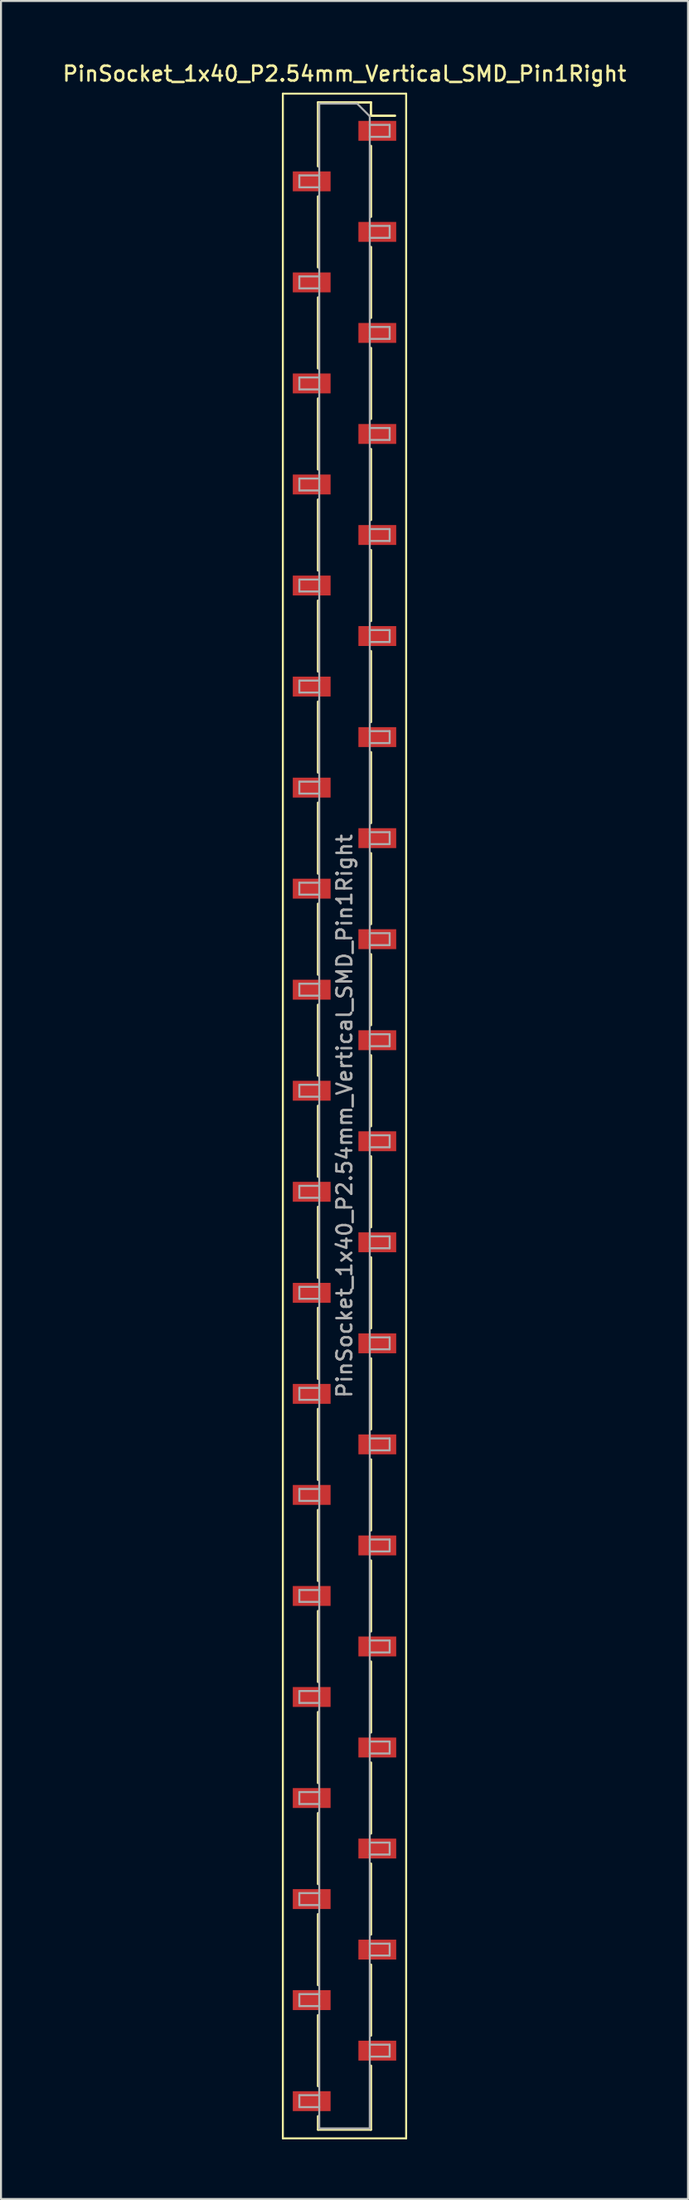
<source format=kicad_pcb>
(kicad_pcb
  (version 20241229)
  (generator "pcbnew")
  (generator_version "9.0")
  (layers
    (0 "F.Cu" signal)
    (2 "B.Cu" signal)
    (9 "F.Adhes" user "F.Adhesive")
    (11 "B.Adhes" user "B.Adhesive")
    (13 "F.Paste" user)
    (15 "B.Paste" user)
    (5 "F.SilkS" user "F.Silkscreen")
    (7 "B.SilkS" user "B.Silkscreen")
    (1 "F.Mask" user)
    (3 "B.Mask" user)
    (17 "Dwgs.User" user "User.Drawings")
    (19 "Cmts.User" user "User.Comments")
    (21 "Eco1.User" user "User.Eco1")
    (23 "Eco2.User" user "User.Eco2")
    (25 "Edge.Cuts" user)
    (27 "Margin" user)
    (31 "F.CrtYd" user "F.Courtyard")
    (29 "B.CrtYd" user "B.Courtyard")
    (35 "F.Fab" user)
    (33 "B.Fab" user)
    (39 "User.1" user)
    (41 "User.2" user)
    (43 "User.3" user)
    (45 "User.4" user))
  (footprint "PinSocket_1x40_P2.54mm_Vertical_SMD_Pin1Right"
    (layer "F.Cu")
    (at 14.273 53.058)
    (property "Reference" "PinSocket_1x40_P2.54mm_Vertical_SMD_Pin1Right" (at 0 -52.4 0) (layer "F.SilkS") (effects (font (size 0.75 0.75) (thickness 0.125))))
    (attr smd)
    (fp_line (start -3.1 -51.4) (end 3.1 -51.4) (stroke (width 0.1) (type solid)) (layer "F.SilkS"))
    (fp_line (start -3.1 51.4) (end -3.1 -51.4) (stroke (width 0.1) (type solid)) (layer "F.SilkS"))
    (fp_line (start -1.33 -50.96) (end -1.33 -47.75) (stroke (width 0.12) (type solid)) (layer "F.SilkS"))
    (fp_line (start -1.33 -50.96) (end 1.33 -50.96) (stroke (width 0.12) (type solid)) (layer "F.SilkS"))
    (fp_line (start -1.33 -46.23) (end -1.33 -42.67) (stroke (width 0.12) (type solid)) (layer "F.SilkS"))
    (fp_line (start -1.33 -41.15) (end -1.33 -37.59) (stroke (width 0.12) (type solid)) (layer "F.SilkS"))
    (fp_line (start -1.33 -36.07) (end -1.33 -32.51) (stroke (width 0.12) (type solid)) (layer "F.SilkS"))
    (fp_line (start -1.33 -30.99) (end -1.33 -27.43) (stroke (width 0.12) (type solid)) (layer "F.SilkS"))
    (fp_line (start -1.33 -25.91) (end -1.33 -22.35) (stroke (width 0.12) (type solid)) (layer "F.SilkS"))
    (fp_line (start -1.33 -20.83) (end -1.33 -17.27) (stroke (width 0.12) (type solid)) (layer "F.SilkS"))
    (fp_line (start -1.33 -15.75) (end -1.33 -12.19) (stroke (width 0.12) (type solid)) (layer "F.SilkS"))
    (fp_line (start -1.33 -10.67) (end -1.33 -7.11) (stroke (width 0.12) (type solid)) (layer "F.SilkS"))
    (fp_line (start -1.33 -5.59) (end -1.33 -2.03) (stroke (width 0.12) (type solid)) (layer "F.SilkS"))
    (fp_line (start -1.33 -0.51) (end -1.33 3.05) (stroke (width 0.12) (type solid)) (layer "F.SilkS"))
    (fp_line (start -1.33 4.57) (end -1.33 8.13) (stroke (width 0.12) (type solid)) (layer "F.SilkS"))
    (fp_line (start -1.33 9.65) (end -1.33 13.21) (stroke (width 0.12) (type solid)) (layer "F.SilkS"))
    (fp_line (start -1.33 14.73) (end -1.33 18.29) (stroke (width 0.12) (type solid)) (layer "F.SilkS"))
    (fp_line (start -1.33 19.81) (end -1.33 23.37) (stroke (width 0.12) (type solid)) (layer "F.SilkS"))
    (fp_line (start -1.33 24.89) (end -1.33 28.45) (stroke (width 0.12) (type solid)) (layer "F.SilkS"))
    (fp_line (start -1.33 29.97) (end -1.33 33.53) (stroke (width 0.12) (type solid)) (layer "F.SilkS"))
    (fp_line (start -1.33 35.05) (end -1.33 38.61) (stroke (width 0.12) (type solid)) (layer "F.SilkS"))
    (fp_line (start -1.33 40.13) (end -1.33 43.69) (stroke (width 0.12) (type solid)) (layer "F.SilkS"))
    (fp_line (start -1.33 45.21) (end -1.33 48.77) (stroke (width 0.12) (type solid)) (layer "F.SilkS"))
    (fp_line (start -1.33 50.29) (end -1.33 50.96) (stroke (width 0.12) (type solid)) (layer "F.SilkS"))
    (fp_line (start -1.33 50.96) (end 1.33 50.96) (stroke (width 0.12) (type solid)) (layer "F.SilkS"))
    (fp_line (start 1.33 -50.96) (end 1.33 -50.29) (stroke (width 0.12) (type solid)) (layer "F.SilkS"))
    (fp_line (start 1.33 -50.29) (end 2.54 -50.29) (stroke (width 0.12) (type solid)) (layer "F.SilkS"))
    (fp_line (start 1.33 -48.77) (end 1.33 -45.21) (stroke (width 0.12) (type solid)) (layer "F.SilkS"))
    (fp_line (start 1.33 -43.69) (end 1.33 -40.13) (stroke (width 0.12) (type solid)) (layer "F.SilkS"))
    (fp_line (start 1.33 -38.61) (end 1.33 -35.05) (stroke (width 0.12) (type solid)) (layer "F.SilkS"))
    (fp_line (start 1.33 -33.53) (end 1.33 -29.97) (stroke (width 0.12) (type solid)) (layer "F.SilkS"))
    (fp_line (start 1.33 -28.45) (end 1.33 -24.89) (stroke (width 0.12) (type solid)) (layer "F.SilkS"))
    (fp_line (start 1.33 -23.37) (end 1.33 -19.81) (stroke (width 0.12) (type solid)) (layer "F.SilkS"))
    (fp_line (start 1.33 -18.29) (end 1.33 -14.73) (stroke (width 0.12) (type solid)) (layer "F.SilkS"))
    (fp_line (start 1.33 -13.21) (end 1.33 -9.65) (stroke (width 0.12) (type solid)) (layer "F.SilkS"))
    (fp_line (start 1.33 -8.13) (end 1.33 -4.57) (stroke (width 0.12) (type solid)) (layer "F.SilkS"))
    (fp_line (start 1.33 -3.05) (end 1.33 0.51) (stroke (width 0.12) (type solid)) (layer "F.SilkS"))
    (fp_line (start 1.33 2.03) (end 1.33 5.59) (stroke (width 0.12) (type solid)) (layer "F.SilkS"))
    (fp_line (start 1.33 7.11) (end 1.33 10.67) (stroke (width 0.12) (type solid)) (layer "F.SilkS"))
    (fp_line (start 1.33 12.19) (end 1.33 15.75) (stroke (width 0.12) (type solid)) (layer "F.SilkS"))
    (fp_line (start 1.33 17.27) (end 1.33 20.83) (stroke (width 0.12) (type solid)) (layer "F.SilkS"))
    (fp_line (start 1.33 22.35) (end 1.33 25.91) (stroke (width 0.12) (type solid)) (layer "F.SilkS"))
    (fp_line (start 1.33 27.43) (end 1.33 30.99) (stroke (width 0.12) (type solid)) (layer "F.SilkS"))
    (fp_line (start 1.33 32.51) (end 1.33 36.07) (stroke (width 0.12) (type solid)) (layer "F.SilkS"))
    (fp_line (start 1.33 37.59) (end 1.33 41.15) (stroke (width 0.12) (type solid)) (layer "F.SilkS"))
    (fp_line (start 1.33 42.67) (end 1.33 46.23) (stroke (width 0.12) (type solid)) (layer "F.SilkS"))
    (fp_line (start 1.33 47.75) (end 1.33 50.96) (stroke (width 0.12) (type solid)) (layer "F.SilkS"))
    (fp_line (start 3.1 -51.4) (end 3.1 51.4) (stroke (width 0.1) (type solid)) (layer "F.SilkS"))
    (fp_line (start 3.1 51.4) (end -3.1 51.4) (stroke (width 0.1) (type solid)) (layer "F.SilkS"))
    (fp_line (start -2.27 -47.29) (end -1.27 -47.29) (stroke (width 0.1) (type solid)) (layer "F.Fab"))
    (fp_line (start -2.27 -46.69) (end -2.27 -47.29) (stroke (width 0.1) (type solid)) (layer "F.Fab"))
    (fp_line (start -2.27 -42.21) (end -1.27 -42.21) (stroke (width 0.1) (type solid)) (layer "F.Fab"))
    (fp_line (start -2.27 -41.61) (end -2.27 -42.21) (stroke (width 0.1) (type solid)) (layer "F.Fab"))
    (fp_line (start -2.27 -37.13) (end -1.27 -37.13) (stroke (width 0.1) (type solid)) (layer "F.Fab"))
    (fp_line (start -2.27 -36.53) (end -2.27 -37.13) (stroke (width 0.1) (type solid)) (layer "F.Fab"))
    (fp_line (start -2.27 -32.05) (end -1.27 -32.05) (stroke (width 0.1) (type solid)) (layer "F.Fab"))
    (fp_line (start -2.27 -31.45) (end -2.27 -32.05) (stroke (width 0.1) (type solid)) (layer "F.Fab"))
    (fp_line (start -2.27 -26.97) (end -1.27 -26.97) (stroke (width 0.1) (type solid)) (layer "F.Fab"))
    (fp_line (start -2.27 -26.37) (end -2.27 -26.97) (stroke (width 0.1) (type solid)) (layer "F.Fab"))
    (fp_line (start -2.27 -21.89) (end -1.27 -21.89) (stroke (width 0.1) (type solid)) (layer "F.Fab"))
    (fp_line (start -2.27 -21.29) (end -2.27 -21.89) (stroke (width 0.1) (type solid)) (layer "F.Fab"))
    (fp_line (start -2.27 -16.81) (end -1.27 -16.81) (stroke (width 0.1) (type solid)) (layer "F.Fab"))
    (fp_line (start -2.27 -16.21) (end -2.27 -16.81) (stroke (width 0.1) (type solid)) (layer "F.Fab"))
    (fp_line (start -2.27 -11.73) (end -1.27 -11.73) (stroke (width 0.1) (type solid)) (layer "F.Fab"))
    (fp_line (start -2.27 -11.13) (end -2.27 -11.73) (stroke (width 0.1) (type solid)) (layer "F.Fab"))
    (fp_line (start -2.27 -6.65) (end -1.27 -6.65) (stroke (width 0.1) (type solid)) (layer "F.Fab"))
    (fp_line (start -2.27 -6.05) (end -2.27 -6.65) (stroke (width 0.1) (type solid)) (layer "F.Fab"))
    (fp_line (start -2.27 -1.57) (end -1.27 -1.57) (stroke (width 0.1) (type solid)) (layer "F.Fab"))
    (fp_line (start -2.27 -0.97) (end -2.27 -1.57) (stroke (width 0.1) (type solid)) (layer "F.Fab"))
    (fp_line (start -2.27 3.51) (end -1.27 3.51) (stroke (width 0.1) (type solid)) (layer "F.Fab"))
    (fp_line (start -2.27 4.11) (end -2.27 3.51) (stroke (width 0.1) (type solid)) (layer "F.Fab"))
    (fp_line (start -2.27 8.59) (end -1.27 8.59) (stroke (width 0.1) (type solid)) (layer "F.Fab"))
    (fp_line (start -2.27 9.19) (end -2.27 8.59) (stroke (width 0.1) (type solid)) (layer "F.Fab"))
    (fp_line (start -2.27 13.67) (end -1.27 13.67) (stroke (width 0.1) (type solid)) (layer "F.Fab"))
    (fp_line (start -2.27 14.27) (end -2.27 13.67) (stroke (width 0.1) (type solid)) (layer "F.Fab"))
    (fp_line (start -2.27 18.75) (end -1.27 18.75) (stroke (width 0.1) (type solid)) (layer "F.Fab"))
    (fp_line (start -2.27 19.35) (end -2.27 18.75) (stroke (width 0.1) (type solid)) (layer "F.Fab"))
    (fp_line (start -2.27 23.83) (end -1.27 23.83) (stroke (width 0.1) (type solid)) (layer "F.Fab"))
    (fp_line (start -2.27 24.43) (end -2.27 23.83) (stroke (width 0.1) (type solid)) (layer "F.Fab"))
    (fp_line (start -2.27 28.91) (end -1.27 28.91) (stroke (width 0.1) (type solid)) (layer "F.Fab"))
    (fp_line (start -2.27 29.51) (end -2.27 28.91) (stroke (width 0.1) (type solid)) (layer "F.Fab"))
    (fp_line (start -2.27 33.99) (end -1.27 33.99) (stroke (width 0.1) (type solid)) (layer "F.Fab"))
    (fp_line (start -2.27 34.59) (end -2.27 33.99) (stroke (width 0.1) (type solid)) (layer "F.Fab"))
    (fp_line (start -2.27 39.07) (end -1.27 39.07) (stroke (width 0.1) (type solid)) (layer "F.Fab"))
    (fp_line (start -2.27 39.67) (end -2.27 39.07) (stroke (width 0.1) (type solid)) (layer "F.Fab"))
    (fp_line (start -2.27 44.15) (end -1.27 44.15) (stroke (width 0.1) (type solid)) (layer "F.Fab"))
    (fp_line (start -2.27 44.75) (end -2.27 44.15) (stroke (width 0.1) (type solid)) (layer "F.Fab"))
    (fp_line (start -2.27 49.23) (end -1.27 49.23) (stroke (width 0.1) (type solid)) (layer "F.Fab"))
    (fp_line (start -2.27 49.83) (end -2.27 49.23) (stroke (width 0.1) (type solid)) (layer "F.Fab"))
    (fp_line (start -1.27 -50.9) (end 0.635 -50.9) (stroke (width 0.1) (type solid)) (layer "F.Fab"))
    (fp_line (start -1.27 -46.69) (end -2.27 -46.69) (stroke (width 0.1) (type solid)) (layer "F.Fab"))
    (fp_line (start -1.27 -41.61) (end -2.27 -41.61) (stroke (width 0.1) (type solid)) (layer "F.Fab"))
    (fp_line (start -1.27 -36.53) (end -2.27 -36.53) (stroke (width 0.1) (type solid)) (layer "F.Fab"))
    (fp_line (start -1.27 -31.45) (end -2.27 -31.45) (stroke (width 0.1) (type solid)) (layer "F.Fab"))
    (fp_line (start -1.27 -26.37) (end -2.27 -26.37) (stroke (width 0.1) (type solid)) (layer "F.Fab"))
    (fp_line (start -1.27 -21.29) (end -2.27 -21.29) (stroke (width 0.1) (type solid)) (layer "F.Fab"))
    (fp_line (start -1.27 -16.21) (end -2.27 -16.21) (stroke (width 0.1) (type solid)) (layer "F.Fab"))
    (fp_line (start -1.27 -11.13) (end -2.27 -11.13) (stroke (width 0.1) (type solid)) (layer "F.Fab"))
    (fp_line (start -1.27 -6.05) (end -2.27 -6.05) (stroke (width 0.1) (type solid)) (layer "F.Fab"))
    (fp_line (start -1.27 -0.97) (end -2.27 -0.97) (stroke (width 0.1) (type solid)) (layer "F.Fab"))
    (fp_line (start -1.27 4.11) (end -2.27 4.11) (stroke (width 0.1) (type solid)) (layer "F.Fab"))
    (fp_line (start -1.27 9.19) (end -2.27 9.19) (stroke (width 0.1) (type solid)) (layer "F.Fab"))
    (fp_line (start -1.27 14.27) (end -2.27 14.27) (stroke (width 0.1) (type solid)) (layer "F.Fab"))
    (fp_line (start -1.27 19.35) (end -2.27 19.35) (stroke (width 0.1) (type solid)) (layer "F.Fab"))
    (fp_line (start -1.27 24.43) (end -2.27 24.43) (stroke (width 0.1) (type solid)) (layer "F.Fab"))
    (fp_line (start -1.27 29.51) (end -2.27 29.51) (stroke (width 0.1) (type solid)) (layer "F.Fab"))
    (fp_line (start -1.27 34.59) (end -2.27 34.59) (stroke (width 0.1) (type solid)) (layer "F.Fab"))
    (fp_line (start -1.27 39.67) (end -2.27 39.67) (stroke (width 0.1) (type solid)) (layer "F.Fab"))
    (fp_line (start -1.27 44.75) (end -2.27 44.75) (stroke (width 0.1) (type solid)) (layer "F.Fab"))
    (fp_line (start -1.27 49.83) (end -2.27 49.83) (stroke (width 0.1) (type solid)) (layer "F.Fab"))
    (fp_line (start -1.27 50.9) (end -1.27 -50.9) (stroke (width 0.1) (type solid)) (layer "F.Fab"))
    (fp_line (start 0.635 -50.9) (end 1.27 -50.265) (stroke (width 0.1) (type solid)) (layer "F.Fab"))
    (fp_line (start 1.27 -50.265) (end 1.27 50.9) (stroke (width 0.1) (type solid)) (layer "F.Fab"))
    (fp_line (start 1.27 -49.83) (end 2.27 -49.83) (stroke (width 0.1) (type solid)) (layer "F.Fab"))
    (fp_line (start 1.27 -44.75) (end 2.27 -44.75) (stroke (width 0.1) (type solid)) (layer "F.Fab"))
    (fp_line (start 1.27 -39.67) (end 2.27 -39.67) (stroke (width 0.1) (type solid)) (layer "F.Fab"))
    (fp_line (start 1.27 -34.59) (end 2.27 -34.59) (stroke (width 0.1) (type solid)) (layer "F.Fab"))
    (fp_line (start 1.27 -29.51) (end 2.27 -29.51) (stroke (width 0.1) (type solid)) (layer "F.Fab"))
    (fp_line (start 1.27 -24.43) (end 2.27 -24.43) (stroke (width 0.1) (type solid)) (layer "F.Fab"))
    (fp_line (start 1.27 -19.35) (end 2.27 -19.35) (stroke (width 0.1) (type solid)) (layer "F.Fab"))
    (fp_line (start 1.27 -14.27) (end 2.27 -14.27) (stroke (width 0.1) (type solid)) (layer "F.Fab"))
    (fp_line (start 1.27 -9.19) (end 2.27 -9.19) (stroke (width 0.1) (type solid)) (layer "F.Fab"))
    (fp_line (start 1.27 -4.11) (end 2.27 -4.11) (stroke (width 0.1) (type solid)) (layer "F.Fab"))
    (fp_line (start 1.27 0.97) (end 2.27 0.97) (stroke (width 0.1) (type solid)) (layer "F.Fab"))
    (fp_line (start 1.27 6.05) (end 2.27 6.05) (stroke (width 0.1) (type solid)) (layer "F.Fab"))
    (fp_line (start 1.27 11.13) (end 2.27 11.13) (stroke (width 0.1) (type solid)) (layer "F.Fab"))
    (fp_line (start 1.27 16.21) (end 2.27 16.21) (stroke (width 0.1) (type solid)) (layer "F.Fab"))
    (fp_line (start 1.27 21.29) (end 2.27 21.29) (stroke (width 0.1) (type solid)) (layer "F.Fab"))
    (fp_line (start 1.27 26.37) (end 2.27 26.37) (stroke (width 0.1) (type solid)) (layer "F.Fab"))
    (fp_line (start 1.27 31.45) (end 2.27 31.45) (stroke (width 0.1) (type solid)) (layer "F.Fab"))
    (fp_line (start 1.27 36.53) (end 2.27 36.53) (stroke (width 0.1) (type solid)) (layer "F.Fab"))
    (fp_line (start 1.27 41.61) (end 2.27 41.61) (stroke (width 0.1) (type solid)) (layer "F.Fab"))
    (fp_line (start 1.27 46.69) (end 2.27 46.69) (stroke (width 0.1) (type solid)) (layer "F.Fab"))
    (fp_line (start 1.27 50.9) (end -1.27 50.9) (stroke (width 0.1) (type solid)) (layer "F.Fab"))
    (fp_line (start 2.27 -49.83) (end 2.27 -49.23) (stroke (width 0.1) (type solid)) (layer "F.Fab"))
    (fp_line (start 2.27 -49.23) (end 1.27 -49.23) (stroke (width 0.1) (type solid)) (layer "F.Fab"))
    (fp_line (start 2.27 -44.75) (end 2.27 -44.15) (stroke (width 0.1) (type solid)) (layer "F.Fab"))
    (fp_line (start 2.27 -44.15) (end 1.27 -44.15) (stroke (width 0.1) (type solid)) (layer "F.Fab"))
    (fp_line (start 2.27 -39.67) (end 2.27 -39.07) (stroke (width 0.1) (type solid)) (layer "F.Fab"))
    (fp_line (start 2.27 -39.07) (end 1.27 -39.07) (stroke (width 0.1) (type solid)) (layer "F.Fab"))
    (fp_line (start 2.27 -34.59) (end 2.27 -33.99) (stroke (width 0.1) (type solid)) (layer "F.Fab"))
    (fp_line (start 2.27 -33.99) (end 1.27 -33.99) (stroke (width 0.1) (type solid)) (layer "F.Fab"))
    (fp_line (start 2.27 -29.51) (end 2.27 -28.91) (stroke (width 0.1) (type solid)) (layer "F.Fab"))
    (fp_line (start 2.27 -28.91) (end 1.27 -28.91) (stroke (width 0.1) (type solid)) (layer "F.Fab"))
    (fp_line (start 2.27 -24.43) (end 2.27 -23.83) (stroke (width 0.1) (type solid)) (layer "F.Fab"))
    (fp_line (start 2.27 -23.83) (end 1.27 -23.83) (stroke (width 0.1) (type solid)) (layer "F.Fab"))
    (fp_line (start 2.27 -19.35) (end 2.27 -18.75) (stroke (width 0.1) (type solid)) (layer "F.Fab"))
    (fp_line (start 2.27 -18.75) (end 1.27 -18.75) (stroke (width 0.1) (type solid)) (layer "F.Fab"))
    (fp_line (start 2.27 -14.27) (end 2.27 -13.67) (stroke (width 0.1) (type solid)) (layer "F.Fab"))
    (fp_line (start 2.27 -13.67) (end 1.27 -13.67) (stroke (width 0.1) (type solid)) (layer "F.Fab"))
    (fp_line (start 2.27 -9.19) (end 2.27 -8.59) (stroke (width 0.1) (type solid)) (layer "F.Fab"))
    (fp_line (start 2.27 -8.59) (end 1.27 -8.59) (stroke (width 0.1) (type solid)) (layer "F.Fab"))
    (fp_line (start 2.27 -4.11) (end 2.27 -3.51) (stroke (width 0.1) (type solid)) (layer "F.Fab"))
    (fp_line (start 2.27 -3.51) (end 1.27 -3.51) (stroke (width 0.1) (type solid)) (layer "F.Fab"))
    (fp_line (start 2.27 0.97) (end 2.27 1.57) (stroke (width 0.1) (type solid)) (layer "F.Fab"))
    (fp_line (start 2.27 1.57) (end 1.27 1.57) (stroke (width 0.1) (type solid)) (layer "F.Fab"))
    (fp_line (start 2.27 6.05) (end 2.27 6.65) (stroke (width 0.1) (type solid)) (layer "F.Fab"))
    (fp_line (start 2.27 6.65) (end 1.27 6.65) (stroke (width 0.1) (type solid)) (layer "F.Fab"))
    (fp_line (start 2.27 11.13) (end 2.27 11.73) (stroke (width 0.1) (type solid)) (layer "F.Fab"))
    (fp_line (start 2.27 11.73) (end 1.27 11.73) (stroke (width 0.1) (type solid)) (layer "F.Fab"))
    (fp_line (start 2.27 16.21) (end 2.27 16.81) (stroke (width 0.1) (type solid)) (layer "F.Fab"))
    (fp_line (start 2.27 16.81) (end 1.27 16.81) (stroke (width 0.1) (type solid)) (layer "F.Fab"))
    (fp_line (start 2.27 21.29) (end 2.27 21.89) (stroke (width 0.1) (type solid)) (layer "F.Fab"))
    (fp_line (start 2.27 21.89) (end 1.27 21.89) (stroke (width 0.1) (type solid)) (layer "F.Fab"))
    (fp_line (start 2.27 26.37) (end 2.27 26.97) (stroke (width 0.1) (type solid)) (layer "F.Fab"))
    (fp_line (start 2.27 26.97) (end 1.27 26.97) (stroke (width 0.1) (type solid)) (layer "F.Fab"))
    (fp_line (start 2.27 31.45) (end 2.27 32.05) (stroke (width 0.1) (type solid)) (layer "F.Fab"))
    (fp_line (start 2.27 32.05) (end 1.27 32.05) (stroke (width 0.1) (type solid)) (layer "F.Fab"))
    (fp_line (start 2.27 36.53) (end 2.27 37.13) (stroke (width 0.1) (type solid)) (layer "F.Fab"))
    (fp_line (start 2.27 37.13) (end 1.27 37.13) (stroke (width 0.1) (type solid)) (layer "F.Fab"))
    (fp_line (start 2.27 41.61) (end 2.27 42.21) (stroke (width 0.1) (type solid)) (layer "F.Fab"))
    (fp_line (start 2.27 42.21) (end 1.27 42.21) (stroke (width 0.1) (type solid)) (layer "F.Fab"))
    (fp_line (start 2.27 46.69) (end 2.27 47.29) (stroke (width 0.1) (type solid)) (layer "F.Fab"))
    (fp_line (start 2.27 47.29) (end 1.27 47.29) (stroke (width 0.1) (type solid)) (layer "F.Fab"))
    (fp_text user "${REFERENCE}" (at 0 0 90) (layer "F.Fab") (effects (font (size 0.75 0.75) (thickness 0.125))))
    (pad "1" smd rect (at 1.65 -49.53) (size 1.9 1) (layers "F.Cu" "F.Mask" "F.Paste"))
    (pad "2" smd rect (at -1.65 -46.99) (size 1.9 1) (layers "F.Cu" "F.Mask" "F.Paste"))
    (pad "3" smd rect (at 1.65 -44.45) (size 1.9 1) (layers "F.Cu" "F.Mask" "F.Paste"))
    (pad "4" smd rect (at -1.65 -41.91) (size 1.9 1) (layers "F.Cu" "F.Mask" "F.Paste"))
    (pad "5" smd rect (at 1.65 -39.37) (size 1.9 1) (layers "F.Cu" "F.Mask" "F.Paste"))
    (pad "6" smd rect (at -1.65 -36.83) (size 1.9 1) (layers "F.Cu" "F.Mask" "F.Paste"))
    (pad "7" smd rect (at 1.65 -34.29) (size 1.9 1) (layers "F.Cu" "F.Mask" "F.Paste"))
    (pad "8" smd rect (at -1.65 -31.75) (size 1.9 1) (layers "F.Cu" "F.Mask" "F.Paste"))
    (pad "9" smd rect (at 1.65 -29.21) (size 1.9 1) (layers "F.Cu" "F.Mask" "F.Paste"))
    (pad "10" smd rect (at -1.65 -26.67) (size 1.9 1) (layers "F.Cu" "F.Mask" "F.Paste"))
    (pad "11" smd rect (at 1.65 -24.13) (size 1.9 1) (layers "F.Cu" "F.Mask" "F.Paste"))
    (pad "12" smd rect (at -1.65 -21.59) (size 1.9 1) (layers "F.Cu" "F.Mask" "F.Paste"))
    (pad "13" smd rect (at 1.65 -19.05) (size 1.9 1) (layers "F.Cu" "F.Mask" "F.Paste"))
    (pad "14" smd rect (at -1.65 -16.51) (size 1.9 1) (layers "F.Cu" "F.Mask" "F.Paste"))
    (pad "15" smd rect (at 1.65 -13.97) (size 1.9 1) (layers "F.Cu" "F.Mask" "F.Paste"))
    (pad "16" smd rect (at -1.65 -11.43) (size 1.9 1) (layers "F.Cu" "F.Mask" "F.Paste"))
    (pad "17" smd rect (at 1.65 -8.89) (size 1.9 1) (layers "F.Cu" "F.Mask" "F.Paste"))
    (pad "18" smd rect (at -1.65 -6.35) (size 1.9 1) (layers "F.Cu" "F.Mask" "F.Paste"))
    (pad "19" smd rect (at 1.65 -3.81) (size 1.9 1) (layers "F.Cu" "F.Mask" "F.Paste"))
    (pad "20" smd rect (at -1.65 -1.27) (size 1.9 1) (layers "F.Cu" "F.Mask" "F.Paste"))
    (pad "21" smd rect (at 1.65 1.27) (size 1.9 1) (layers "F.Cu" "F.Mask" "F.Paste"))
    (pad "22" smd rect (at -1.65 3.81) (size 1.9 1) (layers "F.Cu" "F.Mask" "F.Paste"))
    (pad "23" smd rect (at 1.65 6.35) (size 1.9 1) (layers "F.Cu" "F.Mask" "F.Paste"))
    (pad "24" smd rect (at -1.65 8.89) (size 1.9 1) (layers "F.Cu" "F.Mask" "F.Paste"))
    (pad "25" smd rect (at 1.65 11.43) (size 1.9 1) (layers "F.Cu" "F.Mask" "F.Paste"))
    (pad "26" smd rect (at -1.65 13.97) (size 1.9 1) (layers "F.Cu" "F.Mask" "F.Paste"))
    (pad "27" smd rect (at 1.65 16.51) (size 1.9 1) (layers "F.Cu" "F.Mask" "F.Paste"))
    (pad "28" smd rect (at -1.65 19.05) (size 1.9 1) (layers "F.Cu" "F.Mask" "F.Paste"))
    (pad "29" smd rect (at 1.65 21.59) (size 1.9 1) (layers "F.Cu" "F.Mask" "F.Paste"))
    (pad "30" smd rect (at -1.65 24.13) (size 1.9 1) (layers "F.Cu" "F.Mask" "F.Paste"))
    (pad "31" smd rect (at 1.65 26.67) (size 1.9 1) (layers "F.Cu" "F.Mask" "F.Paste"))
    (pad "32" smd rect (at -1.65 29.21) (size 1.9 1) (layers "F.Cu" "F.Mask" "F.Paste"))
    (pad "33" smd rect (at 1.65 31.75) (size 1.9 1) (layers "F.Cu" "F.Mask" "F.Paste"))
    (pad "34" smd rect (at -1.65 34.29) (size 1.9 1) (layers "F.Cu" "F.Mask" "F.Paste"))
    (pad "35" smd rect (at 1.65 36.83) (size 1.9 1) (layers "F.Cu" "F.Mask" "F.Paste"))
    (pad "36" smd rect (at -1.65 39.37) (size 1.9 1) (layers "F.Cu" "F.Mask" "F.Paste"))
    (pad "37" smd rect (at 1.65 41.91) (size 1.9 1) (layers "F.Cu" "F.Mask" "F.Paste"))
    (pad "38" smd rect (at -1.65 44.45) (size 1.9 1) (layers "F.Cu" "F.Mask" "F.Paste"))
    (pad "39" smd rect (at 1.65 46.99) (size 1.9 1) (layers "F.Cu" "F.Mask" "F.Paste"))
    (pad "40" smd rect (at -1.65 49.53) (size 1.9 1) (layers "F.Cu" "F.Mask" "F.Paste")))
  (gr_rect
    (start -3 -3)
    (end 31.546 107.508)
    (stroke (width 0.1) (type default))
    (fill no)
    (layer "Edge.Cuts")))
</source>
